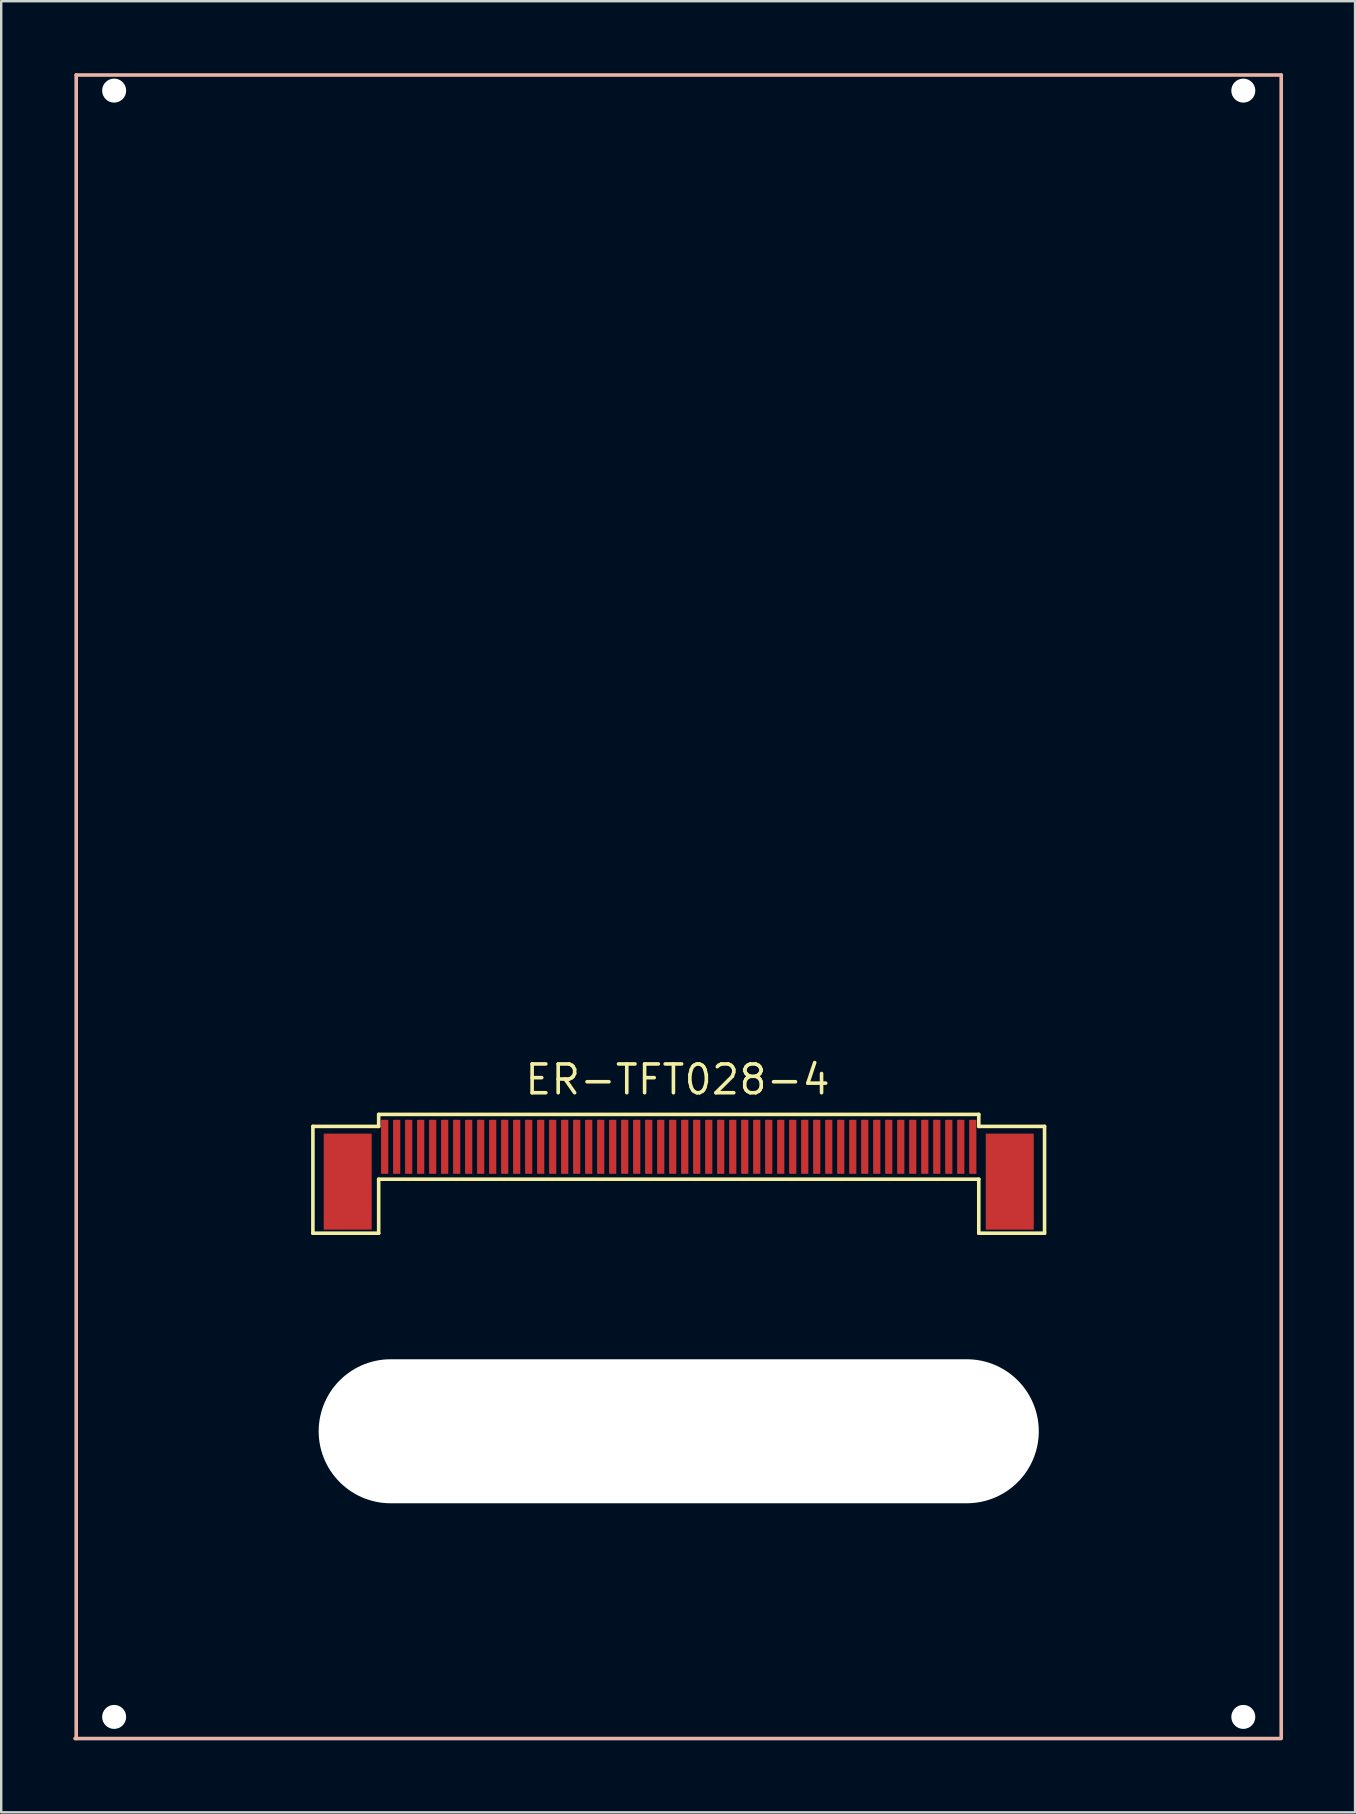
<source format=kicad_pcb>
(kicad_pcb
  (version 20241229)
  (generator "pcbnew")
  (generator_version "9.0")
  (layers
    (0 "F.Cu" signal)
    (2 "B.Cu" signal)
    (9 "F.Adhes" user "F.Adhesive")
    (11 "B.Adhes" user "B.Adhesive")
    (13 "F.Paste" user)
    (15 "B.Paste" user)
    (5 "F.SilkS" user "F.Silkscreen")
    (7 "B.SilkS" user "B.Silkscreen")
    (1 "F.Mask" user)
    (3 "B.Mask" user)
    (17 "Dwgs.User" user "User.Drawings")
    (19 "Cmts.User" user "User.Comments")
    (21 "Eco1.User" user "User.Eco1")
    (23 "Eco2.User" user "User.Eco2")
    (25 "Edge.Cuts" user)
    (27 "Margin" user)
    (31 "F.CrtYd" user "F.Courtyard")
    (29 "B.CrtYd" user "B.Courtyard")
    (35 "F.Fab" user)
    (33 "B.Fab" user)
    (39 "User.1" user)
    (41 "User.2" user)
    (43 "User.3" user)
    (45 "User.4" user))
  (footprint "ER-TFT028-4"
    (layer "F.Cu")
    (at 25.225 44.725)
    (property "Reference" "ER-TFT028-4" (at -0.05 -2.8 0) (layer "F.SilkS") (effects (font (size 1.2 1.2) (thickness 0.15))))
    (attr through_hole)
    (fp_line (start -15.24 -0.85) (end -12.5 -0.85) (stroke (width 0.15) (type solid)) (layer "F.SilkS"))
    (fp_line (start -15.24 3.6) (end -15.24 -0.85) (stroke (width 0.15) (type solid)) (layer "F.SilkS"))
    (fp_line (start -12.5 -1.35) (end 12.5 -1.35) (stroke (width 0.15) (type solid)) (layer "F.SilkS"))
    (fp_line (start -12.5 -0.85) (end -12.5 -1.35) (stroke (width 0.15) (type solid)) (layer "F.SilkS"))
    (fp_line (start -12.5 1.35) (end -12.5 3.6) (stroke (width 0.15) (type solid)) (layer "F.SilkS"))
    (fp_line (start -12.5 1.35) (end 12.5 1.35) (stroke (width 0.15) (type solid)) (layer "F.SilkS"))
    (fp_line (start -12.5 3.6) (end -15.24 3.6) (stroke (width 0.15) (type solid)) (layer "F.SilkS"))
    (fp_line (start 12.5 -0.85) (end 12.5 -1.35) (stroke (width 0.15) (type solid)) (layer "F.SilkS"))
    (fp_line (start 12.5 1.35) (end 12.5 3.6) (stroke (width 0.15) (type solid)) (layer "F.SilkS"))
    (fp_line (start 12.5 3.6) (end 15.24 3.6) (stroke (width 0.15) (type solid)) (layer "F.SilkS"))
    (fp_line (start 15.24 -0.85) (end 12.5 -0.85) (stroke (width 0.15) (type solid)) (layer "F.SilkS"))
    (fp_line (start 15.24 3.6) (end 15.24 -0.85) (stroke (width 0.15) (type solid)) (layer "F.SilkS"))
    (fp_line (start -25.1 -44.65) (end 25.1 -44.65) (stroke (width 0.15) (type solid)) (layer "B.SilkS"))
    (fp_line (start -25.1 24.65) (end -25.1 -44.65) (stroke (width 0.15) (type solid)) (layer "B.SilkS"))
    (fp_line (start 25.05 24.65) (end -25.15 24.65) (stroke (width 0.15) (type solid)) (layer "B.SilkS"))
    (fp_line (start 25.1 -44.65) (end 25.1 24.65) (stroke (width 0.15) (type solid)) (layer "B.SilkS"))
    (pad "" np_thru_hole circle (at -23.52 -44) (size 1 1) (drill 1) (layers "*.Cu"))
    (pad "" np_thru_hole circle (at -23.52 23.75) (size 1 1) (drill 1) (layers "*.Cu"))
    (pad "" np_thru_hole oval (at 0 11.85) (size 30 6) (drill oval 30 6) (layers "*.Cu"))
    (pad "" np_thru_hole circle (at 23.52 -44) (size 1 1) (drill 1) (layers "*.Cu"))
    (pad "" np_thru_hole circle (at 23.52 23.75) (size 1 1) (drill 1) (layers "*.Cu"))
    (pad "0" smd rect (at -13.79 1.45) (size 2 4) (layers "F.Cu" "F.Mask" "F.Paste"))
    (pad "0" smd rect (at 13.79 1.45) (size 2 4) (layers "F.Cu" "F.Mask" "F.Paste"))
    (pad "1" smd rect (at -12.25 0) (size 0.3 2.25) (layers "F.Cu" "F.Mask" "F.Paste"))
    (pad "2" smd rect (at -11.75 0) (size 0.3 2.25) (layers "F.Cu" "F.Mask" "F.Paste"))
    (pad "3" smd rect (at -11.25 0) (size 0.3 2.25) (layers "F.Cu" "F.Mask" "F.Paste"))
    (pad "4" smd rect (at -10.75 0) (size 0.3 2.25) (layers "F.Cu" "F.Mask" "F.Paste"))
    (pad "5" smd rect (at -10.25 0) (size 0.3 2.25) (layers "F.Cu" "F.Mask" "F.Paste"))
    (pad "6" smd rect (at -9.75 0) (size 0.3 2.25) (layers "F.Cu" "F.Mask" "F.Paste"))
    (pad "7" smd rect (at -9.25 0) (size 0.3 2.25) (layers "F.Cu" "F.Mask" "F.Paste"))
    (pad "8" smd rect (at -8.75 0) (size 0.3 2.25) (layers "F.Cu" "F.Mask" "F.Paste"))
    (pad "9" smd rect (at -8.25 0) (size 0.3 2.25) (layers "F.Cu" "F.Mask" "F.Paste"))
    (pad "10" smd rect (at -7.75 0) (size 0.3 2.25) (layers "F.Cu" "F.Mask" "F.Paste"))
    (pad "11" smd rect (at -7.25 0) (size 0.3 2.25) (layers "F.Cu" "F.Mask" "F.Paste"))
    (pad "12" smd rect (at -6.75 0) (size 0.3 2.25) (layers "F.Cu" "F.Mask" "F.Paste"))
    (pad "13" smd rect (at -6.25 0) (size 0.3 2.25) (layers "F.Cu" "F.Mask" "F.Paste"))
    (pad "14" smd rect (at -5.75 0) (size 0.3 2.25) (layers "F.Cu" "F.Mask" "F.Paste"))
    (pad "15" smd rect (at -5.25 0) (size 0.3 2.25) (layers "F.Cu" "F.Mask" "F.Paste"))
    (pad "16" smd rect (at -4.75 0) (size 0.3 2.25) (layers "F.Cu" "F.Mask" "F.Paste"))
    (pad "17" smd rect (at -4.25 0) (size 0.3 2.25) (layers "F.Cu" "F.Mask" "F.Paste"))
    (pad "18" smd rect (at -3.75 0) (size 0.3 2.25) (layers "F.Cu" "F.Mask" "F.Paste"))
    (pad "19" smd rect (at -3.25 0) (size 0.3 2.25) (layers "F.Cu" "F.Mask" "F.Paste"))
    (pad "20" smd rect (at -2.75 0) (size 0.3 2.25) (layers "F.Cu" "F.Mask" "F.Paste"))
    (pad "21" smd rect (at -2.25 0) (size 0.3 2.25) (layers "F.Cu" "F.Mask" "F.Paste"))
    (pad "22" smd rect (at -1.75 0) (size 0.3 2.25) (layers "F.Cu" "F.Mask" "F.Paste"))
    (pad "23" smd rect (at -1.25 0) (size 0.3 2.25) (layers "F.Cu" "F.Mask" "F.Paste"))
    (pad "24" smd rect (at -0.75 0) (size 0.3 2.25) (layers "F.Cu" "F.Mask" "F.Paste"))
    (pad "25" smd rect (at -0.25 0) (size 0.3 2.25) (layers "F.Cu" "F.Mask" "F.Paste"))
    (pad "26" smd rect (at 0.25 0) (size 0.3 2.25) (layers "F.Cu" "F.Mask" "F.Paste"))
    (pad "27" smd rect (at 0.75 0) (size 0.3 2.25) (layers "F.Cu" "F.Mask" "F.Paste"))
    (pad "28" smd rect (at 1.25 0) (size 0.3 2.25) (layers "F.Cu" "F.Mask" "F.Paste"))
    (pad "29" smd rect (at 1.75 0) (size 0.3 2.25) (layers "F.Cu" "F.Mask" "F.Paste"))
    (pad "30" smd rect (at 2.25 0) (size 0.3 2.25) (layers "F.Cu" "F.Mask" "F.Paste"))
    (pad "31" smd rect (at 2.75 0) (size 0.3 2.25) (layers "F.Cu" "F.Mask" "F.Paste"))
    (pad "32" smd rect (at 3.25 0) (size 0.3 2.25) (layers "F.Cu" "F.Mask" "F.Paste"))
    (pad "33" smd rect (at 3.75 0) (size 0.3 2.25) (layers "F.Cu" "F.Mask" "F.Paste"))
    (pad "34" smd rect (at 4.25 0) (size 0.3 2.25) (layers "F.Cu" "F.Mask" "F.Paste"))
    (pad "35" smd rect (at 4.75 0) (size 0.3 2.25) (layers "F.Cu" "F.Mask" "F.Paste"))
    (pad "36" smd rect (at 5.25 0) (size 0.3 2.25) (layers "F.Cu" "F.Mask" "F.Paste"))
    (pad "37" smd rect (at 5.75 0) (size 0.3 2.25) (layers "F.Cu" "F.Mask" "F.Paste"))
    (pad "38" smd rect (at 6.25 0) (size 0.3 2.25) (layers "F.Cu" "F.Mask" "F.Paste"))
    (pad "39" smd rect (at 6.75 0) (size 0.3 2.25) (layers "F.Cu" "F.Mask" "F.Paste"))
    (pad "40" smd rect (at 7.25 0) (size 0.3 2.25) (layers "F.Cu" "F.Mask" "F.Paste"))
    (pad "41" smd rect (at 7.75 0) (size 0.3 2.25) (layers "F.Cu" "F.Mask" "F.Paste"))
    (pad "42" smd rect (at 8.25 0) (size 0.3 2.25) (layers "F.Cu" "F.Mask" "F.Paste"))
    (pad "43" smd rect (at 8.75 0) (size 0.3 2.25) (layers "F.Cu" "F.Mask" "F.Paste"))
    (pad "44" smd rect (at 9.25 0) (size 0.3 2.25) (layers "F.Cu" "F.Mask" "F.Paste"))
    (pad "45" smd rect (at 9.75 0) (size 0.3 2.25) (layers "F.Cu" "F.Mask" "F.Paste"))
    (pad "46" smd rect (at 10.25 0) (size 0.3 2.25) (layers "F.Cu" "F.Mask" "F.Paste"))
    (pad "47" smd rect (at 10.75 0) (size 0.3 2.25) (layers "F.Cu" "F.Mask" "F.Paste"))
    (pad "48" smd rect (at 11.25 0) (size 0.3 2.25) (layers "F.Cu" "F.Mask" "F.Paste"))
    (pad "49" smd rect (at 11.75 0) (size 0.3 2.25) (layers "F.Cu" "F.Mask" "F.Paste"))
    (pad "50" smd rect (at 12.25 0) (size 0.3 2.25) (layers "F.Cu" "F.Mask" "F.Paste")))
  (gr_rect
    (start -3 -3)
    (end 53.4 72.45)
    (stroke (width 0.1) (type default))
    (fill no)
    (layer "Edge.Cuts")))
</source>
